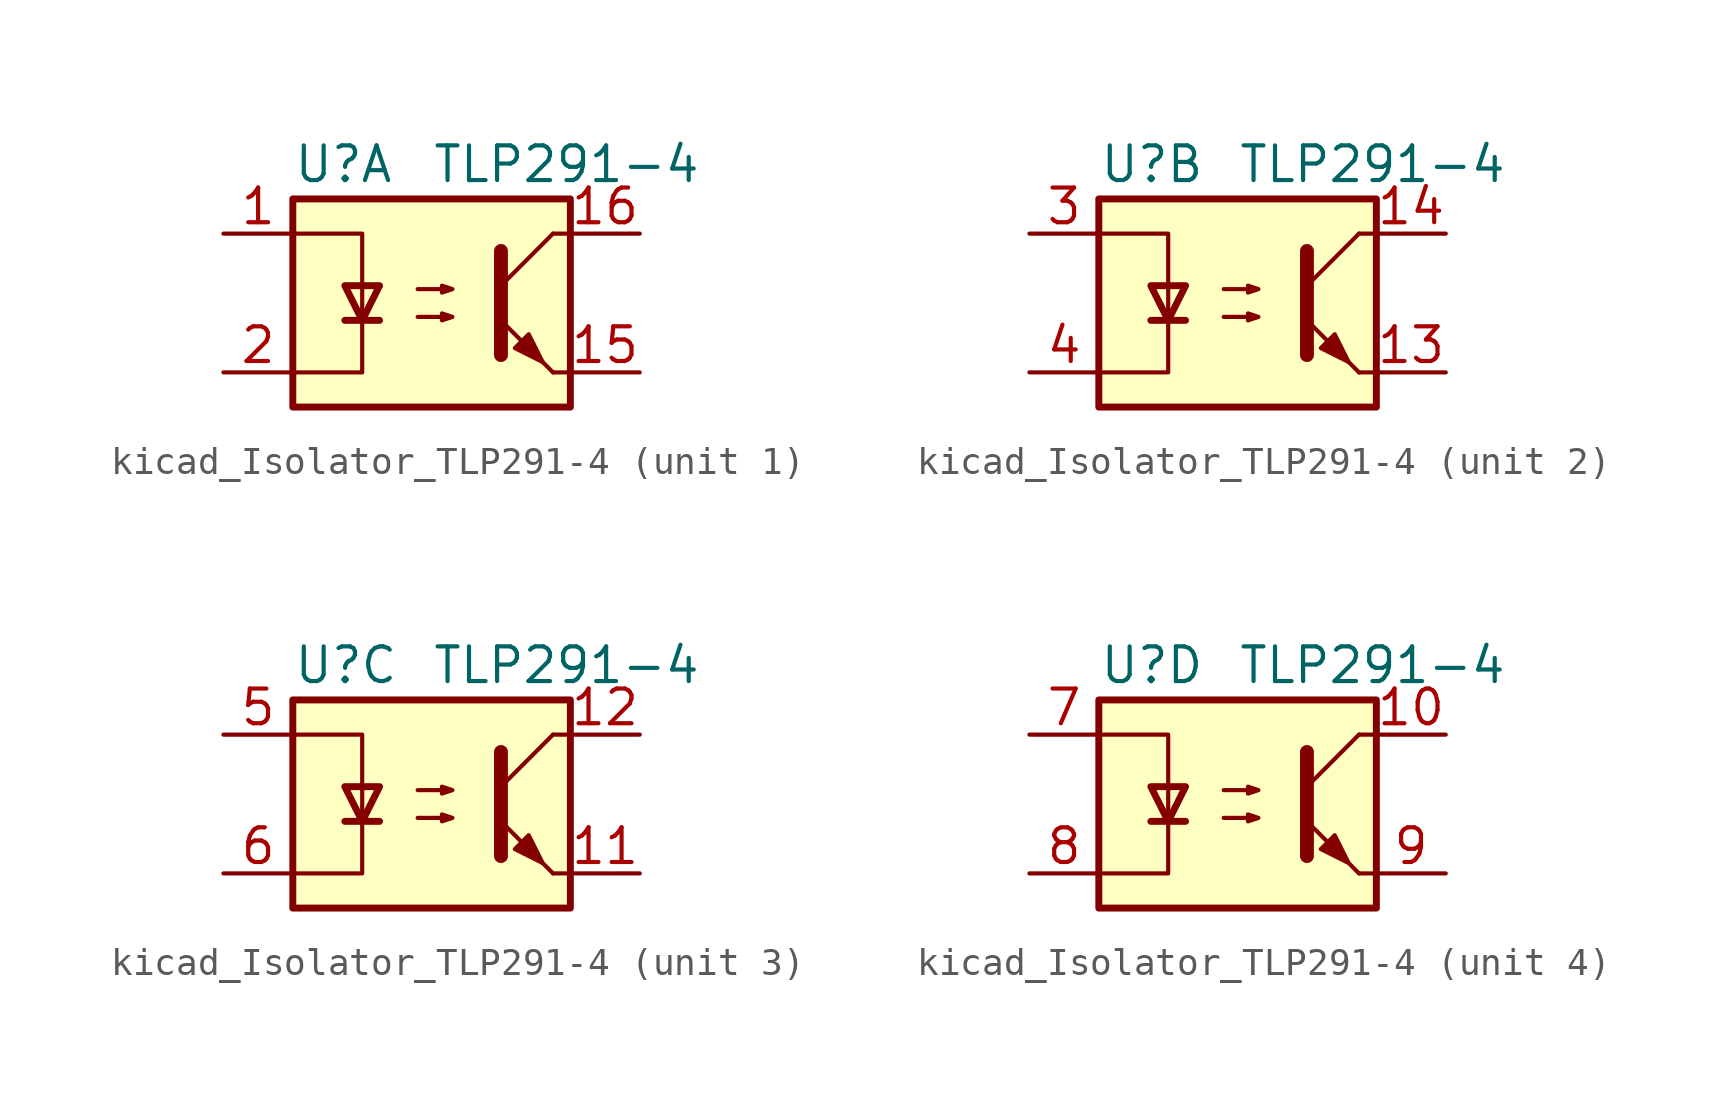
<source format=kicad_sym>
(kicad_symbol_lib
  (version 20220914)
  (generator kicad_symbol_editor)
  (symbol "kicad_Isolator_TLP291-4"
    (property "Reference" "U"
      (at -5.08 5.08 0)
      (effects (font (size 1.27 1.27)) (justify left)))
    (property "Value" "TLP291-4"
      (at 0 5.08 0)
      (effects (font (size 1.27 1.27)) (justify left)))
    (symbol "kicad_Isolator_TLP291-4_0_1"
      (rectangle (start -5.08 3.81) (end 5.08 -3.81) (stroke (width 0.254) (type default)) (fill (type background)))
      (polyline (pts (xy -3.175 -0.635) (xy -1.905 -0.635)) (stroke (width 0.254) (type default)) (fill (type none)))
      (polyline (pts (xy 2.54 0.635) (xy 4.445 2.54)) (stroke (width 0) (type default)) (fill (type none)))
      (polyline (pts (xy 4.445 -2.54) (xy 2.54 -0.635)) (stroke (width 0) (type default)) (fill (type outline)))
      (polyline (pts (xy 4.445 -2.54) (xy 5.08 -2.54)) (stroke (width 0) (type default)) (fill (type none)))
      (polyline (pts (xy 4.445 2.54) (xy 5.08 2.54)) (stroke (width 0) (type default)) (fill (type none)))
      (polyline (pts (xy -5.08 2.54) (xy -2.54 2.54) (xy -2.54 0.635)) (stroke (width 0) (type default)) (fill (type none)))
      (polyline (pts (xy -2.54 0.635) (xy -2.54 -2.54) (xy -5.08 -2.54)) (stroke (width 0) (type default)) (fill (type none)))
      (polyline (pts (xy 2.54 1.905) (xy 2.54 -1.905) (xy 2.54 -1.905)) (stroke (width 0.508) (type default)) (fill (type none)))
      (polyline (pts (xy -2.54 -0.635) (xy -3.175 0.635) (xy -1.905 0.635) (xy -2.54 -0.635)) (stroke (width 0.254) (type default)) (fill (type none)))
      (polyline (pts (xy -0.508 -0.508) (xy 0.762 -0.508) (xy 0.381 -0.635) (xy 0.381 -0.381) (xy 0.762 -0.508)) (stroke (width 0) (type default)) (fill (type none)))
      (polyline (pts (xy -0.508 0.508) (xy 0.762 0.508) (xy 0.381 0.381) (xy 0.381 0.635) (xy 0.762 0.508)) (stroke (width 0) (type default)) (fill (type none)))
      (polyline (pts (xy 3.048 -1.651) (xy 3.556 -1.143) (xy 4.064 -2.159) (xy 3.048 -1.651) (xy 3.048 -1.651)) (stroke (width 0) (type default)) (fill (type outline))))
    (symbol "kicad_Isolator_TLP291-4_1_1"
      (pin passive line (at -7.62 2.54 0) (length 2.54) (name "~" (effects (font (size 1.27 1.27)))) (number "1" (effects (font (size 1.27 1.27)))))
      (pin passive line (at 7.62 -2.54 180) (length 2.54) (name "~" (effects (font (size 1.27 1.27)))) (number "15" (effects (font (size 1.27 1.27)))))
      (pin passive line (at 7.62 2.54 180) (length 2.54) (name "~" (effects (font (size 1.27 1.27)))) (number "16" (effects (font (size 1.27 1.27)))))
      (pin passive line (at -7.62 -2.54 0) (length 2.54) (name "~" (effects (font (size 1.27 1.27)))) (number "2" (effects (font (size 1.27 1.27))))))
    (symbol "kicad_Isolator_TLP291-4_2_1"
      (pin passive line (at 7.62 -2.54 180) (length 2.54) (name "~" (effects (font (size 1.27 1.27)))) (number "13" (effects (font (size 1.27 1.27)))))
      (pin passive line (at 7.62 2.54 180) (length 2.54) (name "~" (effects (font (size 1.27 1.27)))) (number "14" (effects (font (size 1.27 1.27)))))
      (pin passive line (at -7.62 2.54 0) (length 2.54) (name "~" (effects (font (size 1.27 1.27)))) (number "3" (effects (font (size 1.27 1.27)))))
      (pin passive line (at -7.62 -2.54 0) (length 2.54) (name "~" (effects (font (size 1.27 1.27)))) (number "4" (effects (font (size 1.27 1.27))))))
    (symbol "kicad_Isolator_TLP291-4_3_1"
      (pin passive line (at 7.62 -2.54 180) (length 2.54) (name "~" (effects (font (size 1.27 1.27)))) (number "11" (effects (font (size 1.27 1.27)))))
      (pin passive line (at 7.62 2.54 180) (length 2.54) (name "~" (effects (font (size 1.27 1.27)))) (number "12" (effects (font (size 1.27 1.27)))))
      (pin passive line (at -7.62 2.54 0) (length 2.54) (name "~" (effects (font (size 1.27 1.27)))) (number "5" (effects (font (size 1.27 1.27)))))
      (pin passive line (at -7.62 -2.54 0) (length 2.54) (name "~" (effects (font (size 1.27 1.27)))) (number "6" (effects (font (size 1.27 1.27))))))
    (symbol "kicad_Isolator_TLP291-4_4_1"
      (pin passive line (at 7.62 2.54 180) (length 2.54) (name "~" (effects (font (size 1.27 1.27)))) (number "10" (effects (font (size 1.27 1.27)))))
      (pin passive line (at -7.62 2.54 0) (length 2.54) (name "~" (effects (font (size 1.27 1.27)))) (number "7" (effects (font (size 1.27 1.27)))))
      (pin passive line (at -7.62 -2.54 0) (length 2.54) (name "~" (effects (font (size 1.27 1.27)))) (number "8" (effects (font (size 1.27 1.27)))))
      (pin passive line (at 7.62 -2.54 180) (length 2.54) (name "~" (effects (font (size 1.27 1.27)))) (number "9" (effects (font (size 1.27 1.27))))))))
</source>
